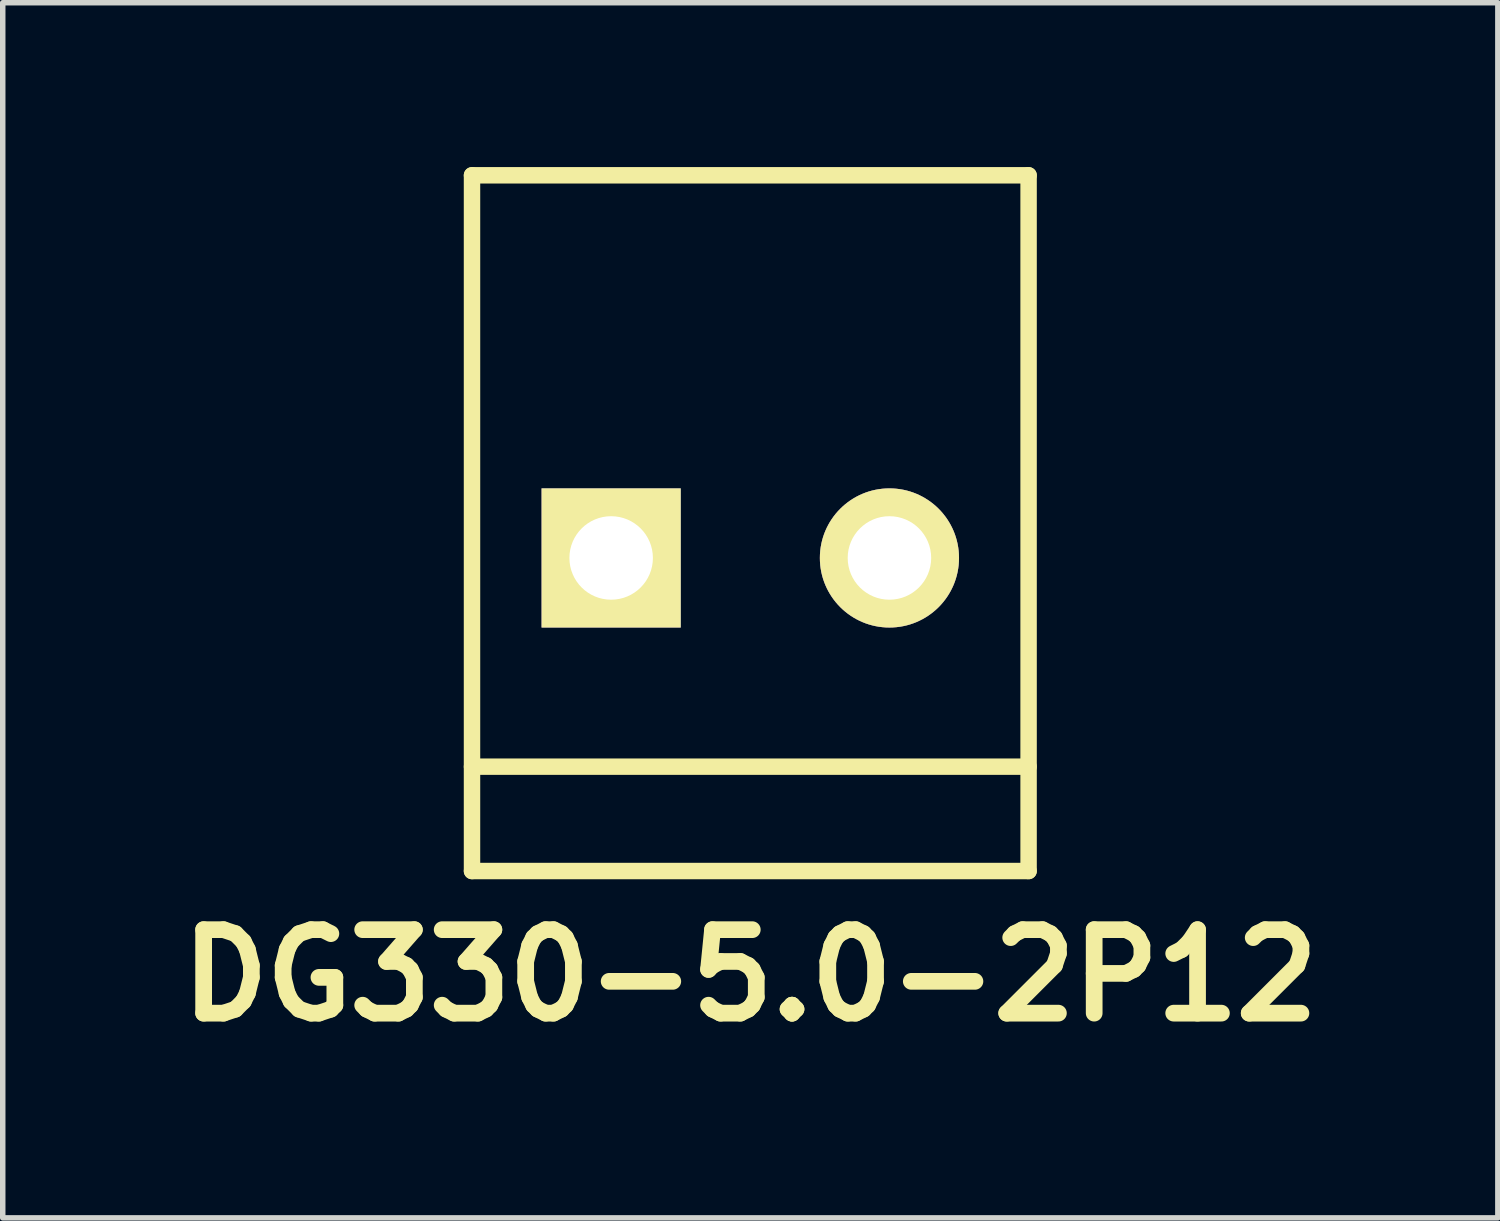
<source format=kicad_pcb>
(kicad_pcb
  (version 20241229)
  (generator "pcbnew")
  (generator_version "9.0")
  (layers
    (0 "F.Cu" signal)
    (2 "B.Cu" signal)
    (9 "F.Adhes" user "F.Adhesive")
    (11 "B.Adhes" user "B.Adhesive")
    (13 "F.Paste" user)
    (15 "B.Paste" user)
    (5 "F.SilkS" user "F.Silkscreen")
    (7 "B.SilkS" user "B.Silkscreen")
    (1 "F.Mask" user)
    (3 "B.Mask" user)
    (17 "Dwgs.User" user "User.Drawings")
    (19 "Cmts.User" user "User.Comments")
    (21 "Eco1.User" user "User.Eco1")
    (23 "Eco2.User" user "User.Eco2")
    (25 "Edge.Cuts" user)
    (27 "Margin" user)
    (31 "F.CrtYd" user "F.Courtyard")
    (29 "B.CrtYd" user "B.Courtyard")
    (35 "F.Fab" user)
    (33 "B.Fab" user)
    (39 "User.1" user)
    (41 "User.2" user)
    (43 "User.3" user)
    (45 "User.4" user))
  (footprint "DG330-5.0-2P12"
    (layer "F.Cu")
    (at 10.646 7.135)
    (property "Reference" "DG330-5.0-2P12" (at 0 7.62 0) (layer "F.SilkS") (effects (font (size 1.524 1.524) (thickness 0.305))))
    (attr through_hole)
    (fp_line (start -5.08 -6.985) (end 5.08 -6.985) (stroke (width 0.3) (type solid)) (layer "F.SilkS"))
    (fp_line (start -5.08 3.81) (end 5.08 3.81) (stroke (width 0.3) (type solid)) (layer "F.SilkS"))
    (fp_line (start -5.08 5.715) (end -5.08 -6.985) (stroke (width 0.3) (type solid)) (layer "F.SilkS"))
    (fp_line (start 5.08 5.715) (end -5.08 5.715) (stroke (width 0.3) (type solid)) (layer "F.SilkS"))
    (fp_line (start 5.08 5.715) (end 5.08 -6.985) (stroke (width 0.3) (type solid)) (layer "F.SilkS"))
    (pad "1" thru_hole rect (at -2.54 0) (size 2.54 2.54) (drill 1.524) (layers "*.Cu" "*.Mask" "F.SilkS"))
    (pad "2" thru_hole circle (at 2.54 0) (size 2.54 2.54) (drill 1.524) (layers "*.Cu" "*.Mask" "F.SilkS")))
  (gr_rect
    (start -3 -3)
    (end 24.292 19.181)
    (stroke (width 0.1) (type default))
    (fill no)
    (layer "Edge.Cuts")))
</source>
